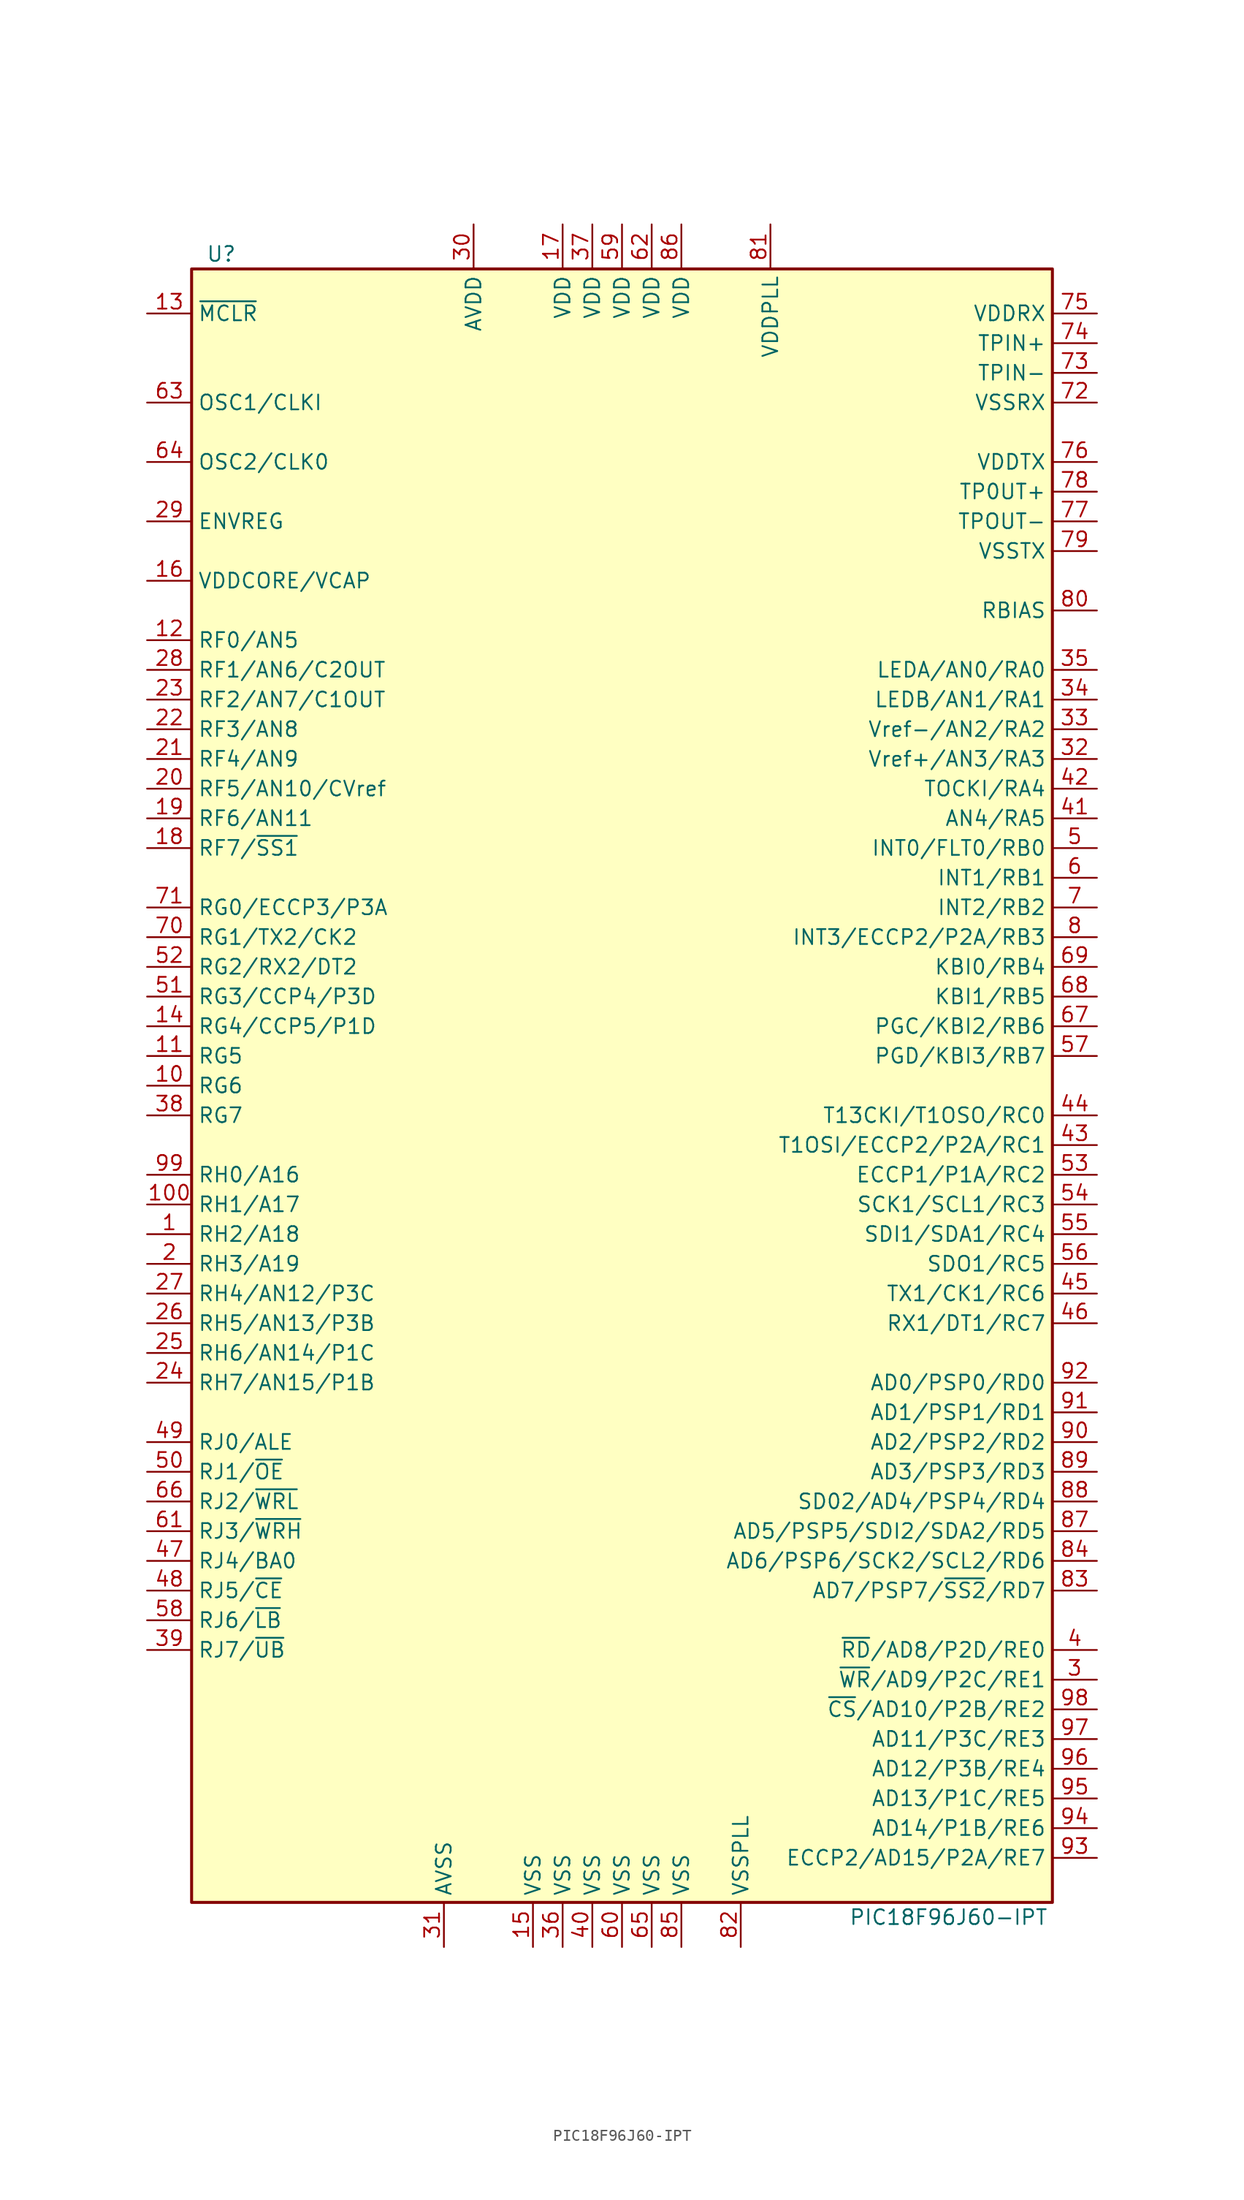
<source format=kicad_sym>
(kicad_symbol_lib
  (version 20201005)
  (generator kicad_symbol_editor)
  (symbol "PIC18F96J60-IPT"
    (property "Reference" "U"
      (at -34.29 71.12 0)
      (effects (font (size 1.27 1.27))))
    (property "Value" "PIC18F96J60-IPT"
      (at 27.94 -71.12 0)
      (effects (font (size 1.27 1.27))))
    (symbol "PIC18F96J60-IPT_0_1"
      (rectangle (start -36.83 69.85) (end 36.83 -69.85) (stroke (width 0.254)) (fill (type background))))
    (symbol "PIC18F96J60-IPT_1_1"
      (pin bidirectional line (at -40.64 -12.7 0) (length 3.81) (name "RH2/A18" (effects (font (size 1.27 1.27)))) (number "1" (effects (font (size 1.27 1.27)))))
      (pin bidirectional line (at -40.64 0 0) (length 3.81) (name "RG6" (effects (font (size 1.27 1.27)))) (number "10" (effects (font (size 1.27 1.27)))))
      (pin bidirectional line (at -40.64 -10.16 0) (length 3.81) (name "RH1/A17" (effects (font (size 1.27 1.27)))) (number "100" (effects (font (size 1.27 1.27)))))
      (pin bidirectional line (at -40.64 2.54 0) (length 3.81) (name "RG5" (effects (font (size 1.27 1.27)))) (number "11" (effects (font (size 1.27 1.27)))))
      (pin bidirectional line (at -40.64 38.1 0) (length 3.81) (name "RF0/AN5" (effects (font (size 1.27 1.27)))) (number "12" (effects (font (size 1.27 1.27)))))
      (pin input line (at -40.64 66.04 0) (length 3.81) (name "~MCLR~" (effects (font (size 1.27 1.27)))) (number "13" (effects (font (size 1.27 1.27)))))
      (pin bidirectional line (at -40.64 5.08 0) (length 3.81) (name "RG4/CCP5/P1D" (effects (font (size 1.27 1.27)))) (number "14" (effects (font (size 1.27 1.27)))))
      (pin power_in line (at -7.62 -73.66 90) (length 3.81) (name "VSS" (effects (font (size 1.27 1.27)))) (number "15" (effects (font (size 1.27 1.27)))))
      (pin passive line (at -40.64 43.18 0) (length 3.81) (name "VDDCORE/VCAP" (effects (font (size 1.27 1.27)))) (number "16" (effects (font (size 1.27 1.27)))))
      (pin power_in line (at -5.08 73.66 270) (length 3.81) (name "VDD" (effects (font (size 1.27 1.27)))) (number "17" (effects (font (size 1.27 1.27)))))
      (pin bidirectional line (at -40.64 20.32 0) (length 3.81) (name "RF7/~SS1~" (effects (font (size 1.27 1.27)))) (number "18" (effects (font (size 1.27 1.27)))))
      (pin bidirectional line (at -40.64 22.86 0) (length 3.81) (name "RF6/AN11" (effects (font (size 1.27 1.27)))) (number "19" (effects (font (size 1.27 1.27)))))
      (pin bidirectional line (at -40.64 -15.24 0) (length 3.81) (name "RH3/A19" (effects (font (size 1.27 1.27)))) (number "2" (effects (font (size 1.27 1.27)))))
      (pin bidirectional line (at -40.64 25.4 0) (length 3.81) (name "RF5/AN10/CVref" (effects (font (size 1.27 1.27)))) (number "20" (effects (font (size 1.27 1.27)))))
      (pin bidirectional line (at -40.64 27.94 0) (length 3.81) (name "RF4/AN9" (effects (font (size 1.27 1.27)))) (number "21" (effects (font (size 1.27 1.27)))))
      (pin bidirectional line (at -40.64 30.48 0) (length 3.81) (name "RF3/AN8" (effects (font (size 1.27 1.27)))) (number "22" (effects (font (size 1.27 1.27)))))
      (pin bidirectional line (at -40.64 33.02 0) (length 3.81) (name "RF2/AN7/C1OUT" (effects (font (size 1.27 1.27)))) (number "23" (effects (font (size 1.27 1.27)))))
      (pin bidirectional line (at -40.64 -25.4 0) (length 3.81) (name "RH7/AN15/P1B" (effects (font (size 1.27 1.27)))) (number "24" (effects (font (size 1.27 1.27)))))
      (pin bidirectional line (at -40.64 -22.86 0) (length 3.81) (name "RH6/AN14/P1C" (effects (font (size 1.27 1.27)))) (number "25" (effects (font (size 1.27 1.27)))))
      (pin bidirectional line (at -40.64 -20.32 0) (length 3.81) (name "RH5/AN13/P3B" (effects (font (size 1.27 1.27)))) (number "26" (effects (font (size 1.27 1.27)))))
      (pin bidirectional line (at -40.64 -17.78 0) (length 3.81) (name "RH4/AN12/P3C" (effects (font (size 1.27 1.27)))) (number "27" (effects (font (size 1.27 1.27)))))
      (pin bidirectional line (at -40.64 35.56 0) (length 3.81) (name "RF1/AN6/C2OUT" (effects (font (size 1.27 1.27)))) (number "28" (effects (font (size 1.27 1.27)))))
      (pin passive line (at -40.64 48.26 0) (length 3.81) (name "ENVREG" (effects (font (size 1.27 1.27)))) (number "29" (effects (font (size 1.27 1.27)))))
      (pin bidirectional line (at 40.64 -50.8 180) (length 3.81) (name "~WR~/AD9/P2C/RE1" (effects (font (size 1.27 1.27)))) (number "3" (effects (font (size 1.27 1.27)))))
      (pin power_in line (at -12.7 73.66 270) (length 3.81) (name "AVDD" (effects (font (size 1.27 1.27)))) (number "30" (effects (font (size 1.27 1.27)))))
      (pin power_in line (at -15.24 -73.66 90) (length 3.81) (name "AVSS" (effects (font (size 1.27 1.27)))) (number "31" (effects (font (size 1.27 1.27)))))
      (pin bidirectional line (at 40.64 27.94 180) (length 3.81) (name "Vref+/AN3/RA3" (effects (font (size 1.27 1.27)))) (number "32" (effects (font (size 1.27 1.27)))))
      (pin bidirectional line (at 40.64 30.48 180) (length 3.81) (name "Vref-/AN2/RA2" (effects (font (size 1.27 1.27)))) (number "33" (effects (font (size 1.27 1.27)))))
      (pin bidirectional line (at 40.64 33.02 180) (length 3.81) (name "LEDB/AN1/RA1" (effects (font (size 1.27 1.27)))) (number "34" (effects (font (size 1.27 1.27)))))
      (pin bidirectional line (at 40.64 35.56 180) (length 3.81) (name "LEDA/AN0/RA0" (effects (font (size 1.27 1.27)))) (number "35" (effects (font (size 1.27 1.27)))))
      (pin power_in line (at -5.08 -73.66 90) (length 3.81) (name "VSS" (effects (font (size 1.27 1.27)))) (number "36" (effects (font (size 1.27 1.27)))))
      (pin power_in line (at -2.54 73.66 270) (length 3.81) (name "VDD" (effects (font (size 1.27 1.27)))) (number "37" (effects (font (size 1.27 1.27)))))
      (pin bidirectional line (at -40.64 -2.54 0) (length 3.81) (name "RG7" (effects (font (size 1.27 1.27)))) (number "38" (effects (font (size 1.27 1.27)))))
      (pin bidirectional line (at -40.64 -48.26 0) (length 3.81) (name "RJ7/~UB~" (effects (font (size 1.27 1.27)))) (number "39" (effects (font (size 1.27 1.27)))))
      (pin bidirectional line (at 40.64 -48.26 180) (length 3.81) (name "~RD~/AD8/P2D/RE0" (effects (font (size 1.27 1.27)))) (number "4" (effects (font (size 1.27 1.27)))))
      (pin power_in line (at -2.54 -73.66 90) (length 3.81) (name "VSS" (effects (font (size 1.27 1.27)))) (number "40" (effects (font (size 1.27 1.27)))))
      (pin bidirectional line (at 40.64 22.86 180) (length 3.81) (name "AN4/RA5" (effects (font (size 1.27 1.27)))) (number "41" (effects (font (size 1.27 1.27)))))
      (pin bidirectional line (at 40.64 25.4 180) (length 3.81) (name "TOCKI/RA4" (effects (font (size 1.27 1.27)))) (number "42" (effects (font (size 1.27 1.27)))))
      (pin bidirectional line (at 40.64 -5.08 180) (length 3.81) (name "T1OSI/ECCP2/P2A/RC1" (effects (font (size 1.27 1.27)))) (number "43" (effects (font (size 1.27 1.27)))))
      (pin bidirectional line (at 40.64 -2.54 180) (length 3.81) (name "T13CKI/T1OSO/RC0" (effects (font (size 1.27 1.27)))) (number "44" (effects (font (size 1.27 1.27)))))
      (pin bidirectional line (at 40.64 -17.78 180) (length 3.81) (name "TX1/CK1/RC6" (effects (font (size 1.27 1.27)))) (number "45" (effects (font (size 1.27 1.27)))))
      (pin bidirectional line (at 40.64 -20.32 180) (length 3.81) (name "RX1/DT1/RC7" (effects (font (size 1.27 1.27)))) (number "46" (effects (font (size 1.27 1.27)))))
      (pin bidirectional line (at -40.64 -40.64 0) (length 3.81) (name "RJ4/BA0" (effects (font (size 1.27 1.27)))) (number "47" (effects (font (size 1.27 1.27)))))
      (pin bidirectional line (at -40.64 -43.18 0) (length 3.81) (name "RJ5/~CE~" (effects (font (size 1.27 1.27)))) (number "48" (effects (font (size 1.27 1.27)))))
      (pin bidirectional line (at -40.64 -30.48 0) (length 3.81) (name "RJ0/ALE" (effects (font (size 1.27 1.27)))) (number "49" (effects (font (size 1.27 1.27)))))
      (pin bidirectional line (at 40.64 20.32 180) (length 3.81) (name "INT0/FLT0/RB0" (effects (font (size 1.27 1.27)))) (number "5" (effects (font (size 1.27 1.27)))))
      (pin bidirectional line (at -40.64 -33.02 0) (length 3.81) (name "RJ1/~OE~" (effects (font (size 1.27 1.27)))) (number "50" (effects (font (size 1.27 1.27)))))
      (pin bidirectional line (at -40.64 7.62 0) (length 3.81) (name "RG3/CCP4/P3D" (effects (font (size 1.27 1.27)))) (number "51" (effects (font (size 1.27 1.27)))))
      (pin bidirectional line (at -40.64 10.16 0) (length 3.81) (name "RG2/RX2/DT2" (effects (font (size 1.27 1.27)))) (number "52" (effects (font (size 1.27 1.27)))))
      (pin bidirectional line (at 40.64 -7.62 180) (length 3.81) (name "ECCP1/P1A/RC2" (effects (font (size 1.27 1.27)))) (number "53" (effects (font (size 1.27 1.27)))))
      (pin bidirectional line (at 40.64 -10.16 180) (length 3.81) (name "SCK1/SCL1/RC3" (effects (font (size 1.27 1.27)))) (number "54" (effects (font (size 1.27 1.27)))))
      (pin bidirectional line (at 40.64 -12.7 180) (length 3.81) (name "SDI1/SDA1/RC4" (effects (font (size 1.27 1.27)))) (number "55" (effects (font (size 1.27 1.27)))))
      (pin bidirectional line (at 40.64 -15.24 180) (length 3.81) (name "SDO1/RC5" (effects (font (size 1.27 1.27)))) (number "56" (effects (font (size 1.27 1.27)))))
      (pin bidirectional line (at 40.64 2.54 180) (length 3.81) (name "PGD/KBI3/RB7" (effects (font (size 1.27 1.27)))) (number "57" (effects (font (size 1.27 1.27)))))
      (pin bidirectional line (at -40.64 -45.72 0) (length 3.81) (name "RJ6/~LB~" (effects (font (size 1.27 1.27)))) (number "58" (effects (font (size 1.27 1.27)))))
      (pin power_in line (at 0 73.66 270) (length 3.81) (name "VDD" (effects (font (size 1.27 1.27)))) (number "59" (effects (font (size 1.27 1.27)))))
      (pin bidirectional line (at 40.64 17.78 180) (length 3.81) (name "INT1/RB1" (effects (font (size 1.27 1.27)))) (number "6" (effects (font (size 1.27 1.27)))))
      (pin power_in line (at 0 -73.66 90) (length 3.81) (name "VSS" (effects (font (size 1.27 1.27)))) (number "60" (effects (font (size 1.27 1.27)))))
      (pin bidirectional line (at -40.64 -38.1 0) (length 3.81) (name "RJ3/~WRH~" (effects (font (size 1.27 1.27)))) (number "61" (effects (font (size 1.27 1.27)))))
      (pin power_in line (at 2.54 73.66 270) (length 3.81) (name "VDD" (effects (font (size 1.27 1.27)))) (number "62" (effects (font (size 1.27 1.27)))))
      (pin input line (at -40.64 58.42 0) (length 3.81) (name "OSC1/CLKI" (effects (font (size 1.27 1.27)))) (number "63" (effects (font (size 1.27 1.27)))))
      (pin output line (at -40.64 53.34 0) (length 3.81) (name "OSC2/CLK0" (effects (font (size 1.27 1.27)))) (number "64" (effects (font (size 1.27 1.27)))))
      (pin power_in line (at 2.54 -73.66 90) (length 3.81) (name "VSS" (effects (font (size 1.27 1.27)))) (number "65" (effects (font (size 1.27 1.27)))))
      (pin bidirectional line (at -40.64 -35.56 0) (length 3.81) (name "RJ2/~WRL~" (effects (font (size 1.27 1.27)))) (number "66" (effects (font (size 1.27 1.27)))))
      (pin bidirectional line (at 40.64 5.08 180) (length 3.81) (name "PGC/KBI2/RB6" (effects (font (size 1.27 1.27)))) (number "67" (effects (font (size 1.27 1.27)))))
      (pin bidirectional line (at 40.64 7.62 180) (length 3.81) (name "KBI1/RB5" (effects (font (size 1.27 1.27)))) (number "68" (effects (font (size 1.27 1.27)))))
      (pin bidirectional line (at 40.64 10.16 180) (length 3.81) (name "KBI0/RB4" (effects (font (size 1.27 1.27)))) (number "69" (effects (font (size 1.27 1.27)))))
      (pin bidirectional line (at 40.64 15.24 180) (length 3.81) (name "INT2/RB2" (effects (font (size 1.27 1.27)))) (number "7" (effects (font (size 1.27 1.27)))))
      (pin bidirectional line (at -40.64 12.7 0) (length 3.81) (name "RG1/TX2/CK2" (effects (font (size 1.27 1.27)))) (number "70" (effects (font (size 1.27 1.27)))))
      (pin bidirectional line (at -40.64 15.24 0) (length 3.81) (name "RG0/ECCP3/P3A" (effects (font (size 1.27 1.27)))) (number "71" (effects (font (size 1.27 1.27)))))
      (pin power_in line (at 40.64 58.42 180) (length 3.81) (name "VSSRX" (effects (font (size 1.27 1.27)))) (number "72" (effects (font (size 1.27 1.27)))))
      (pin passive line (at 40.64 60.96 180) (length 3.81) (name "TPIN-" (effects (font (size 1.27 1.27)))) (number "73" (effects (font (size 1.27 1.27)))))
      (pin passive line (at 40.64 63.5 180) (length 3.81) (name "TPIN+" (effects (font (size 1.27 1.27)))) (number "74" (effects (font (size 1.27 1.27)))))
      (pin power_in line (at 40.64 66.04 180) (length 3.81) (name "VDDRX" (effects (font (size 1.27 1.27)))) (number "75" (effects (font (size 1.27 1.27)))))
      (pin power_in line (at 40.64 53.34 180) (length 3.81) (name "VDDTX" (effects (font (size 1.27 1.27)))) (number "76" (effects (font (size 1.27 1.27)))))
      (pin passive line (at 40.64 48.26 180) (length 3.81) (name "TPOUT-" (effects (font (size 1.27 1.27)))) (number "77" (effects (font (size 1.27 1.27)))))
      (pin passive line (at 40.64 50.8 180) (length 3.81) (name "TP0UT+" (effects (font (size 1.27 1.27)))) (number "78" (effects (font (size 1.27 1.27)))))
      (pin power_in line (at 40.64 45.72 180) (length 3.81) (name "VSSTX" (effects (font (size 1.27 1.27)))) (number "79" (effects (font (size 1.27 1.27)))))
      (pin bidirectional line (at 40.64 12.7 180) (length 3.81) (name "INT3/ECCP2/P2A/RB3" (effects (font (size 1.27 1.27)))) (number "8" (effects (font (size 1.27 1.27)))))
      (pin passive line (at 40.64 40.64 180) (length 3.81) (name "RBIAS" (effects (font (size 1.27 1.27)))) (number "80" (effects (font (size 1.27 1.27)))))
      (pin power_in line (at 12.7 73.66 270) (length 3.81) (name "VDDPLL" (effects (font (size 1.27 1.27)))) (number "81" (effects (font (size 1.27 1.27)))))
      (pin power_in line (at 10.16 -73.66 90) (length 3.81) (name "VSSPLL" (effects (font (size 1.27 1.27)))) (number "82" (effects (font (size 1.27 1.27)))))
      (pin bidirectional line (at 40.64 -43.18 180) (length 3.81) (name "AD7/PSP7/~SS2~/RD7" (effects (font (size 1.27 1.27)))) (number "83" (effects (font (size 1.27 1.27)))))
      (pin bidirectional line (at 40.64 -40.64 180) (length 3.81) (name "AD6/PSP6/SCK2/SCL2/RD6" (effects (font (size 1.27 1.27)))) (number "84" (effects (font (size 1.27 1.27)))))
      (pin power_in line (at 5.08 -73.66 90) (length 3.81) (name "VSS" (effects (font (size 1.27 1.27)))) (number "85" (effects (font (size 1.27 1.27)))))
      (pin power_in line (at 5.08 73.66 270) (length 3.81) (name "VDD" (effects (font (size 1.27 1.27)))) (number "86" (effects (font (size 1.27 1.27)))))
      (pin bidirectional line (at 40.64 -38.1 180) (length 3.81) (name "AD5/PSP5/SDI2/SDA2/RD5" (effects (font (size 1.27 1.27)))) (number "87" (effects (font (size 1.27 1.27)))))
      (pin bidirectional line (at 40.64 -35.56 180) (length 3.81) (name "SD02/AD4/PSP4/RD4" (effects (font (size 1.27 1.27)))) (number "88" (effects (font (size 1.27 1.27)))))
      (pin bidirectional line (at 40.64 -33.02 180) (length 3.81) (name "AD3/PSP3/RD3" (effects (font (size 1.27 1.27)))) (number "89" (effects (font (size 1.27 1.27)))))
      (pin no_connect line (at -20.32 -73.66 90) (length 3.81) hide (name "NC" (effects (font (size 1.27 1.27)))) (number "9" (effects (font (size 1.27 1.27)))))
      (pin bidirectional line (at 40.64 -30.48 180) (length 3.81) (name "AD2/PSP2/RD2" (effects (font (size 1.27 1.27)))) (number "90" (effects (font (size 1.27 1.27)))))
      (pin bidirectional line (at 40.64 -27.94 180) (length 3.81) (name "AD1/PSP1/RD1" (effects (font (size 1.27 1.27)))) (number "91" (effects (font (size 1.27 1.27)))))
      (pin bidirectional line (at 40.64 -25.4 180) (length 3.81) (name "AD0/PSP0/RD0" (effects (font (size 1.27 1.27)))) (number "92" (effects (font (size 1.27 1.27)))))
      (pin bidirectional line (at 40.64 -66.04 180) (length 3.81) (name "ECCP2/AD15/P2A/RE7" (effects (font (size 1.27 1.27)))) (number "93" (effects (font (size 1.27 1.27)))))
      (pin bidirectional line (at 40.64 -63.5 180) (length 3.81) (name "AD14/P1B/RE6" (effects (font (size 1.27 1.27)))) (number "94" (effects (font (size 1.27 1.27)))))
      (pin bidirectional line (at 40.64 -60.96 180) (length 3.81) (name "AD13/P1C/RE5" (effects (font (size 1.27 1.27)))) (number "95" (effects (font (size 1.27 1.27)))))
      (pin bidirectional line (at 40.64 -58.42 180) (length 3.81) (name "AD12/P3B/RE4" (effects (font (size 1.27 1.27)))) (number "96" (effects (font (size 1.27 1.27)))))
      (pin bidirectional line (at 40.64 -55.88 180) (length 3.81) (name "AD11/P3C/RE3" (effects (font (size 1.27 1.27)))) (number "97" (effects (font (size 1.27 1.27)))))
      (pin bidirectional line (at 40.64 -53.34 180) (length 3.81) (name "~CS~/AD10/P2B/RE2" (effects (font (size 1.27 1.27)))) (number "98" (effects (font (size 1.27 1.27)))))
      (pin bidirectional line (at -40.64 -7.62 0) (length 3.81) (name "RH0/A16" (effects (font (size 1.27 1.27)))) (number "99" (effects (font (size 1.27 1.27))))))))
</source>
